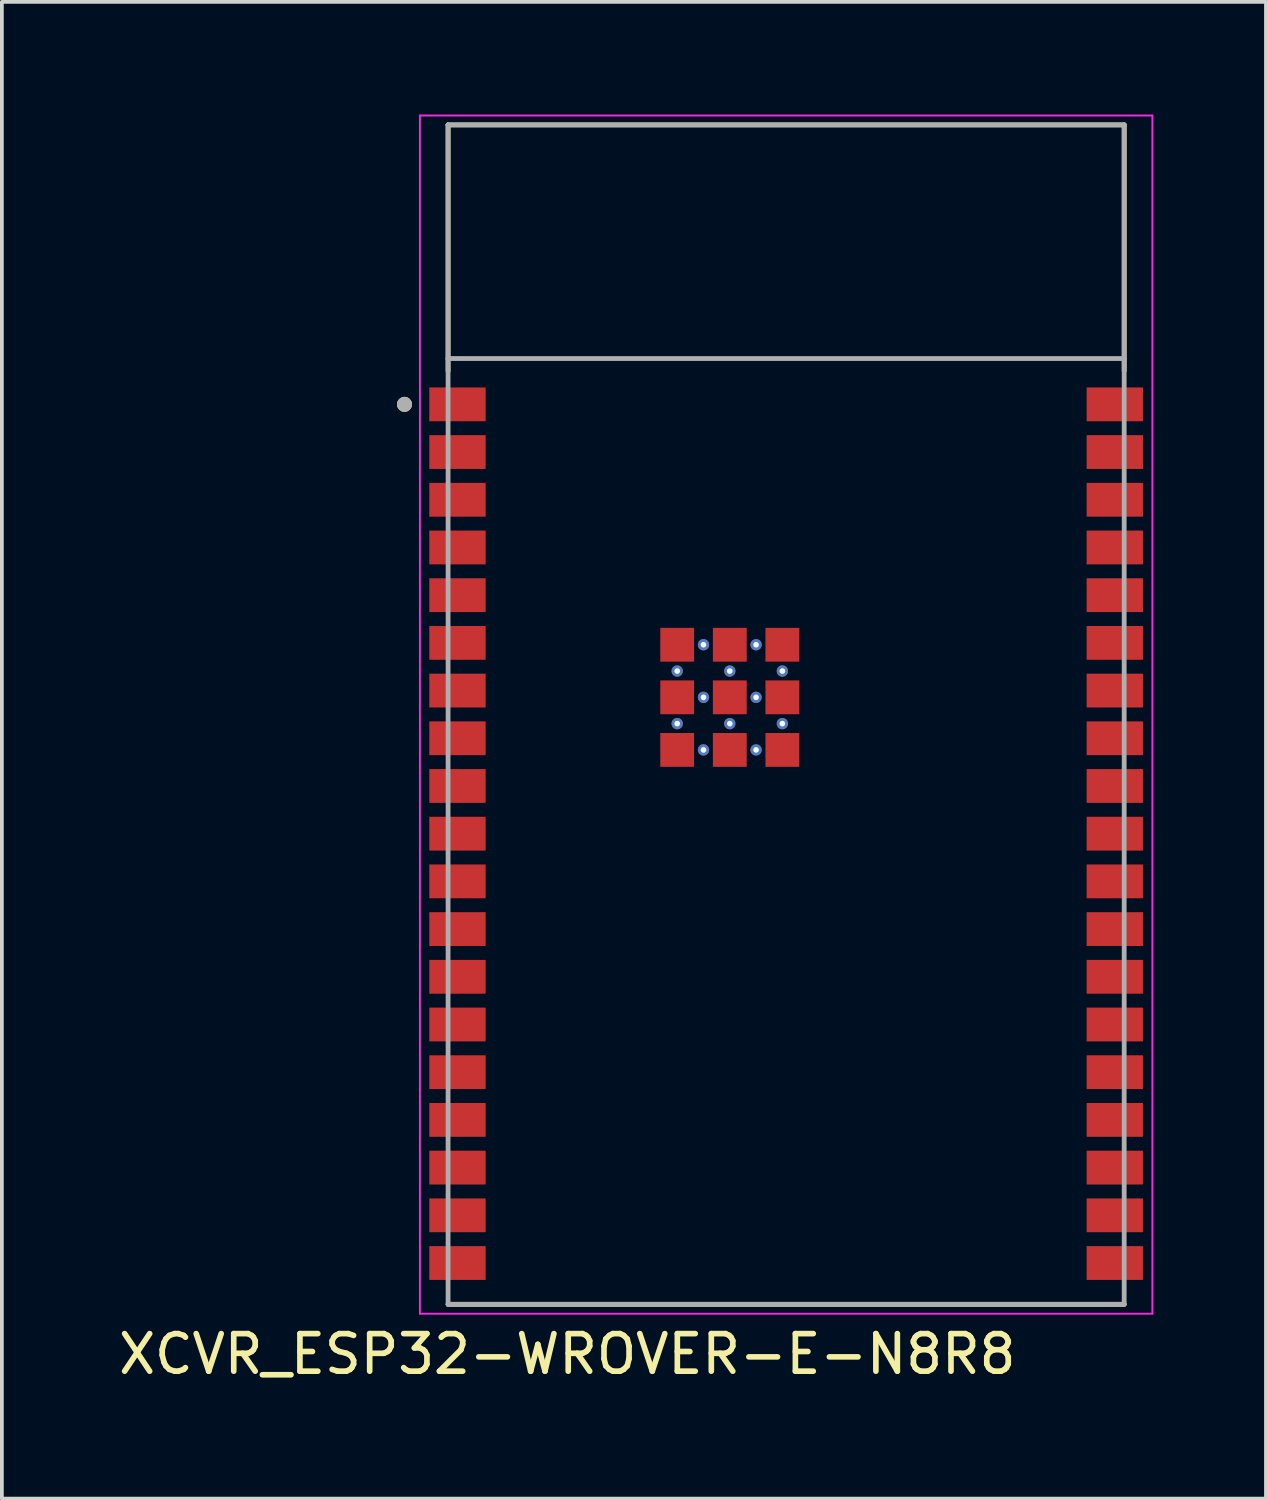
<source format=kicad_pcb>
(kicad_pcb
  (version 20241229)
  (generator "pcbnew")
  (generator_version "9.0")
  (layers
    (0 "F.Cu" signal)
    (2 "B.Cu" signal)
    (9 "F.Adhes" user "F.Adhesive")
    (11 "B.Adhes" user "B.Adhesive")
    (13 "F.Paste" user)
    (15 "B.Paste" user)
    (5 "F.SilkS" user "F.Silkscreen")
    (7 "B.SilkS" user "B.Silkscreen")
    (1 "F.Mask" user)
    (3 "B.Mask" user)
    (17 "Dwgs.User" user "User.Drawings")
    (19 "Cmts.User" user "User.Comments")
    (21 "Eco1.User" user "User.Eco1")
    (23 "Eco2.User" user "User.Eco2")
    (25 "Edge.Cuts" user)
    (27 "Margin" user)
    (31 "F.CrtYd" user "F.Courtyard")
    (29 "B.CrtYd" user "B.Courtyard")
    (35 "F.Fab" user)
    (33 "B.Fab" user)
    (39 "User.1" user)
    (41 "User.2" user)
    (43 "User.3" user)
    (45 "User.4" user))
  (footprint "XCVR_ESP32-WROVER-E-N8R8"
    (layer "F.Cu")
    (at 17.879 15.975)
    (property "Reference" "XCVR_ESP32-WROVER-E-N8R8" (at -5.825 17.025 0) (layer "F.SilkS") (effects (font (size 1 1) (thickness 0.15))))
    (attr smd)
    (fp_line (start -9 -15.7) (end -9 -9.15) (stroke (width 0.127) (type solid)) (layer "F.SilkS"))
    (fp_line (start -9 15.7) (end 9 15.7) (stroke (width 0.127) (type solid)) (layer "F.SilkS"))
    (fp_line (start 9 -15.7) (end -9 -15.7) (stroke (width 0.127) (type solid)) (layer "F.SilkS"))
    (fp_line (start 9 -9.15) (end 9 -15.7) (stroke (width 0.127) (type solid)) (layer "F.SilkS"))
    (fp_circle (center -10.16 -8.26) (end -10.06 -8.26) (stroke (width 0.2) (type solid)) (fill no) (layer "F.SilkS"))
    (fp_line (start -9.75 -15.95) (end -9.75 15.95) (stroke (width 0.05) (type solid)) (layer "F.CrtYd"))
    (fp_line (start -9.75 15.95) (end 9.75 15.95) (stroke (width 0.05) (type solid)) (layer "F.CrtYd"))
    (fp_line (start 9.75 -15.95) (end -9.75 -15.95) (stroke (width 0.05) (type solid)) (layer "F.CrtYd"))
    (fp_line (start 9.75 15.95) (end 9.75 -15.95) (stroke (width 0.05) (type solid)) (layer "F.CrtYd"))
    (fp_line (start -9 -15.7) (end -9 -9.48) (stroke (width 0.127) (type solid)) (layer "F.Fab"))
    (fp_line (start -9 -9.48) (end -9 15.7) (stroke (width 0.127) (type solid)) (layer "F.Fab"))
    (fp_line (start -9 15.7) (end 9 15.7) (stroke (width 0.127) (type solid)) (layer "F.Fab"))
    (fp_line (start 9 -15.7) (end -9 -15.7) (stroke (width 0.127) (type solid)) (layer "F.Fab"))
    (fp_line (start 9 -9.48) (end -9 -9.48) (stroke (width 0.127) (type solid)) (layer "F.Fab"))
    (fp_line (start 9 -9.48) (end 9 -15.7) (stroke (width 0.127) (type solid)) (layer "F.Fab"))
    (fp_line (start 9 15.7) (end 9 -9.48) (stroke (width 0.127) (type solid)) (layer "F.Fab"))
    (fp_circle (center -10.16 -8.26) (end -10.06 -8.26) (stroke (width 0.2) (type solid)) (fill no) (layer "F.Fab"))
    (pad "1" smd rect (at -8.75 -8.26) (size 1.5 0.9) (layers "F.Cu" "F.Mask" "F.Paste"))
    (pad "2" smd rect (at -8.75 -6.99) (size 1.5 0.9) (layers "F.Cu" "F.Mask" "F.Paste"))
    (pad "3" smd rect (at -8.75 -5.72) (size 1.5 0.9) (layers "F.Cu" "F.Mask" "F.Paste"))
    (pad "4" smd rect (at -8.75 -4.45) (size 1.5 0.9) (layers "F.Cu" "F.Mask" "F.Paste"))
    (pad "5" smd rect (at -8.75 -3.18) (size 1.5 0.9) (layers "F.Cu" "F.Mask" "F.Paste"))
    (pad "6" smd rect (at -8.75 -1.91) (size 1.5 0.9) (layers "F.Cu" "F.Mask" "F.Paste"))
    (pad "7" smd rect (at -8.75 -0.64) (size 1.5 0.9) (layers "F.Cu" "F.Mask" "F.Paste"))
    (pad "8" smd rect (at -8.75 0.63) (size 1.5 0.9) (layers "F.Cu" "F.Mask" "F.Paste"))
    (pad "9" smd rect (at -8.75 1.9) (size 1.5 0.9) (layers "F.Cu" "F.Mask" "F.Paste"))
    (pad "10" smd rect (at -8.75 3.17) (size 1.5 0.9) (layers "F.Cu" "F.Mask" "F.Paste"))
    (pad "11" smd rect (at -8.75 4.44) (size 1.5 0.9) (layers "F.Cu" "F.Mask" "F.Paste"))
    (pad "12" smd rect (at -8.75 5.71) (size 1.5 0.9) (layers "F.Cu" "F.Mask" "F.Paste"))
    (pad "13" smd rect (at -8.75 6.98) (size 1.5 0.9) (layers "F.Cu" "F.Mask" "F.Paste"))
    (pad "14" smd rect (at -8.75 8.25) (size 1.5 0.9) (layers "F.Cu" "F.Mask" "F.Paste"))
    (pad "15" smd rect (at -8.75 9.52) (size 1.5 0.9) (layers "F.Cu" "F.Mask" "F.Paste"))
    (pad "16" smd rect (at -8.75 10.79) (size 1.5 0.9) (layers "F.Cu" "F.Mask" "F.Paste"))
    (pad "17" smd rect (at -8.75 12.06) (size 1.5 0.9) (layers "F.Cu" "F.Mask" "F.Paste"))
    (pad "18" smd rect (at -8.75 13.33) (size 1.5 0.9) (layers "F.Cu" "F.Mask" "F.Paste"))
    (pad "19" smd rect (at -8.75 14.6) (size 1.5 0.9) (layers "F.Cu" "F.Mask" "F.Paste"))
    (pad "20" smd rect (at 8.75 14.6) (size 1.5 0.9) (layers "F.Cu" "F.Mask" "F.Paste"))
    (pad "21" smd rect (at 8.75 13.33) (size 1.5 0.9) (layers "F.Cu" "F.Mask" "F.Paste"))
    (pad "22" smd rect (at 8.75 12.06) (size 1.5 0.9) (layers "F.Cu" "F.Mask" "F.Paste"))
    (pad "23" smd rect (at 8.75 10.79) (size 1.5 0.9) (layers "F.Cu" "F.Mask" "F.Paste"))
    (pad "24" smd rect (at 8.75 9.52) (size 1.5 0.9) (layers "F.Cu" "F.Mask" "F.Paste"))
    (pad "25" smd rect (at 8.75 8.25) (size 1.5 0.9) (layers "F.Cu" "F.Mask" "F.Paste"))
    (pad "26" smd rect (at 8.75 6.98) (size 1.5 0.9) (layers "F.Cu" "F.Mask" "F.Paste"))
    (pad "27" smd rect (at 8.75 5.71) (size 1.5 0.9) (layers "F.Cu" "F.Mask" "F.Paste"))
    (pad "28" smd rect (at 8.75 4.44) (size 1.5 0.9) (layers "F.Cu" "F.Mask" "F.Paste"))
    (pad "29" smd rect (at 8.75 3.17) (size 1.5 0.9) (layers "F.Cu" "F.Mask" "F.Paste"))
    (pad "30" smd rect (at 8.75 1.9) (size 1.5 0.9) (layers "F.Cu" "F.Mask" "F.Paste"))
    (pad "31" smd rect (at 8.75 0.63) (size 1.5 0.9) (layers "F.Cu" "F.Mask" "F.Paste"))
    (pad "32" smd rect (at 8.75 -0.64) (size 1.5 0.9) (layers "F.Cu" "F.Mask" "F.Paste"))
    (pad "33" smd rect (at 8.75 -1.91) (size 1.5 0.9) (layers "F.Cu" "F.Mask" "F.Paste"))
    (pad "34" smd rect (at 8.75 -3.18) (size 1.5 0.9) (layers "F.Cu" "F.Mask" "F.Paste"))
    (pad "35" smd rect (at 8.75 -4.45) (size 1.5 0.9) (layers "F.Cu" "F.Mask" "F.Paste"))
    (pad "36" smd rect (at 8.75 -5.72) (size 1.5 0.9) (layers "F.Cu" "F.Mask" "F.Paste"))
    (pad "37" smd rect (at 8.75 -6.99) (size 1.5 0.9) (layers "F.Cu" "F.Mask" "F.Paste"))
    (pad "38" smd rect (at 8.75 -8.26) (size 1.5 0.9) (layers "F.Cu" "F.Mask" "F.Paste"))
    (pad "39_1" smd rect (at -2.9 -1.86) (size 0.9 0.9) (layers "F.Cu" "F.Mask" "F.Paste"))
    (pad "39_2" smd rect (at -1.5 -1.86) (size 0.9 0.9) (layers "F.Cu" "F.Mask" "F.Paste"))
    (pad "39_3" smd rect (at -0.1 -1.86) (size 0.9 0.9) (layers "F.Cu" "F.Mask" "F.Paste"))
    (pad "39_4" smd rect (at -2.9 -0.46) (size 0.9 0.9) (layers "F.Cu" "F.Mask" "F.Paste"))
    (pad "39_5" smd rect (at -1.5 -0.46) (size 0.9 0.9) (layers "F.Cu" "F.Mask" "F.Paste"))
    (pad "39_6" smd rect (at -0.1 -0.46) (size 0.9 0.9) (layers "F.Cu" "F.Mask" "F.Paste"))
    (pad "39_7" smd rect (at -2.9 0.94) (size 0.9 0.9) (layers "F.Cu" "F.Mask" "F.Paste"))
    (pad "39_8" smd rect (at -1.5 0.94) (size 0.9 0.9) (layers "F.Cu" "F.Mask" "F.Paste"))
    (pad "39_9" smd rect (at -0.1 0.94) (size 0.9 0.9) (layers "F.Cu" "F.Mask" "F.Paste"))
    (pad "40" thru_hole circle (at -2.2 -1.86) (size 0.3 0.3) (drill 0.15) (layers "*.Cu"))
    (pad "41" thru_hole circle (at -0.8 -1.86) (size 0.3 0.3) (drill 0.15) (layers "*.Cu"))
    (pad "42" thru_hole circle (at -2.9 -1.16) (size 0.3 0.3) (drill 0.15) (layers "*.Cu"))
    (pad "43" thru_hole circle (at -1.5 -1.16) (size 0.3 0.3) (drill 0.15) (layers "*.Cu"))
    (pad "44" thru_hole circle (at -0.1 -1.16) (size 0.3 0.3) (drill 0.15) (layers "*.Cu"))
    (pad "45" thru_hole circle (at -2.2 -0.46) (size 0.3 0.3) (drill 0.15) (layers "*.Cu"))
    (pad "46" thru_hole circle (at -0.8 -0.46) (size 0.3 0.3) (drill 0.15) (layers "*.Cu"))
    (pad "47" thru_hole circle (at -2.9 0.24) (size 0.3 0.3) (drill 0.15) (layers "*.Cu"))
    (pad "48" thru_hole circle (at -1.5 0.24) (size 0.3 0.3) (drill 0.15) (layers "*.Cu"))
    (pad "49" thru_hole circle (at -0.1 0.24) (size 0.3 0.3) (drill 0.15) (layers "*.Cu"))
    (pad "50" thru_hole circle (at -2.2 0.94) (size 0.3 0.3) (drill 0.15) (layers "*.Cu"))
    (pad "51" thru_hole circle (at -0.8 0.94) (size 0.3 0.3) (drill 0.15) (layers "*.Cu"))
    (zone (net_name "") (layer "F.Cu") (hatch full 0.508) (connect_pads) (min_thickness 0.01) (filled_areas_thickness no) (keepout (tracks not_allowed) (vias not_allowed) (pads not_allowed) (copperpour not_allowed) (footprints allowed)) (placement (enabled no)) (fill) (polygon (pts (xy 8.879 0.275) (xy 26.879 0.275) (xy 26.879 6.495) (xy 8.879 6.495))))
    (zone (net_name "") (layers "F.Cu" "B.Cu") (hatch full 0.508) (connect_pads) (min_thickness 0.01) (filled_areas_thickness no) (keepout (tracks allowed) (vias not_allowed) (pads allowed) (copperpour allowed) (footprints allowed)) (placement (enabled no)) (fill) (polygon (pts (xy 8.879 0.275) (xy 26.879 0.275) (xy 26.879 6.495) (xy 8.879 6.495)))))
  (gr_rect
    (start -3 -3)
    (end 30.654 36.848)
    (stroke (width 0.1) (type default))
    (fill no)
    (layer "Edge.Cuts")))
</source>
